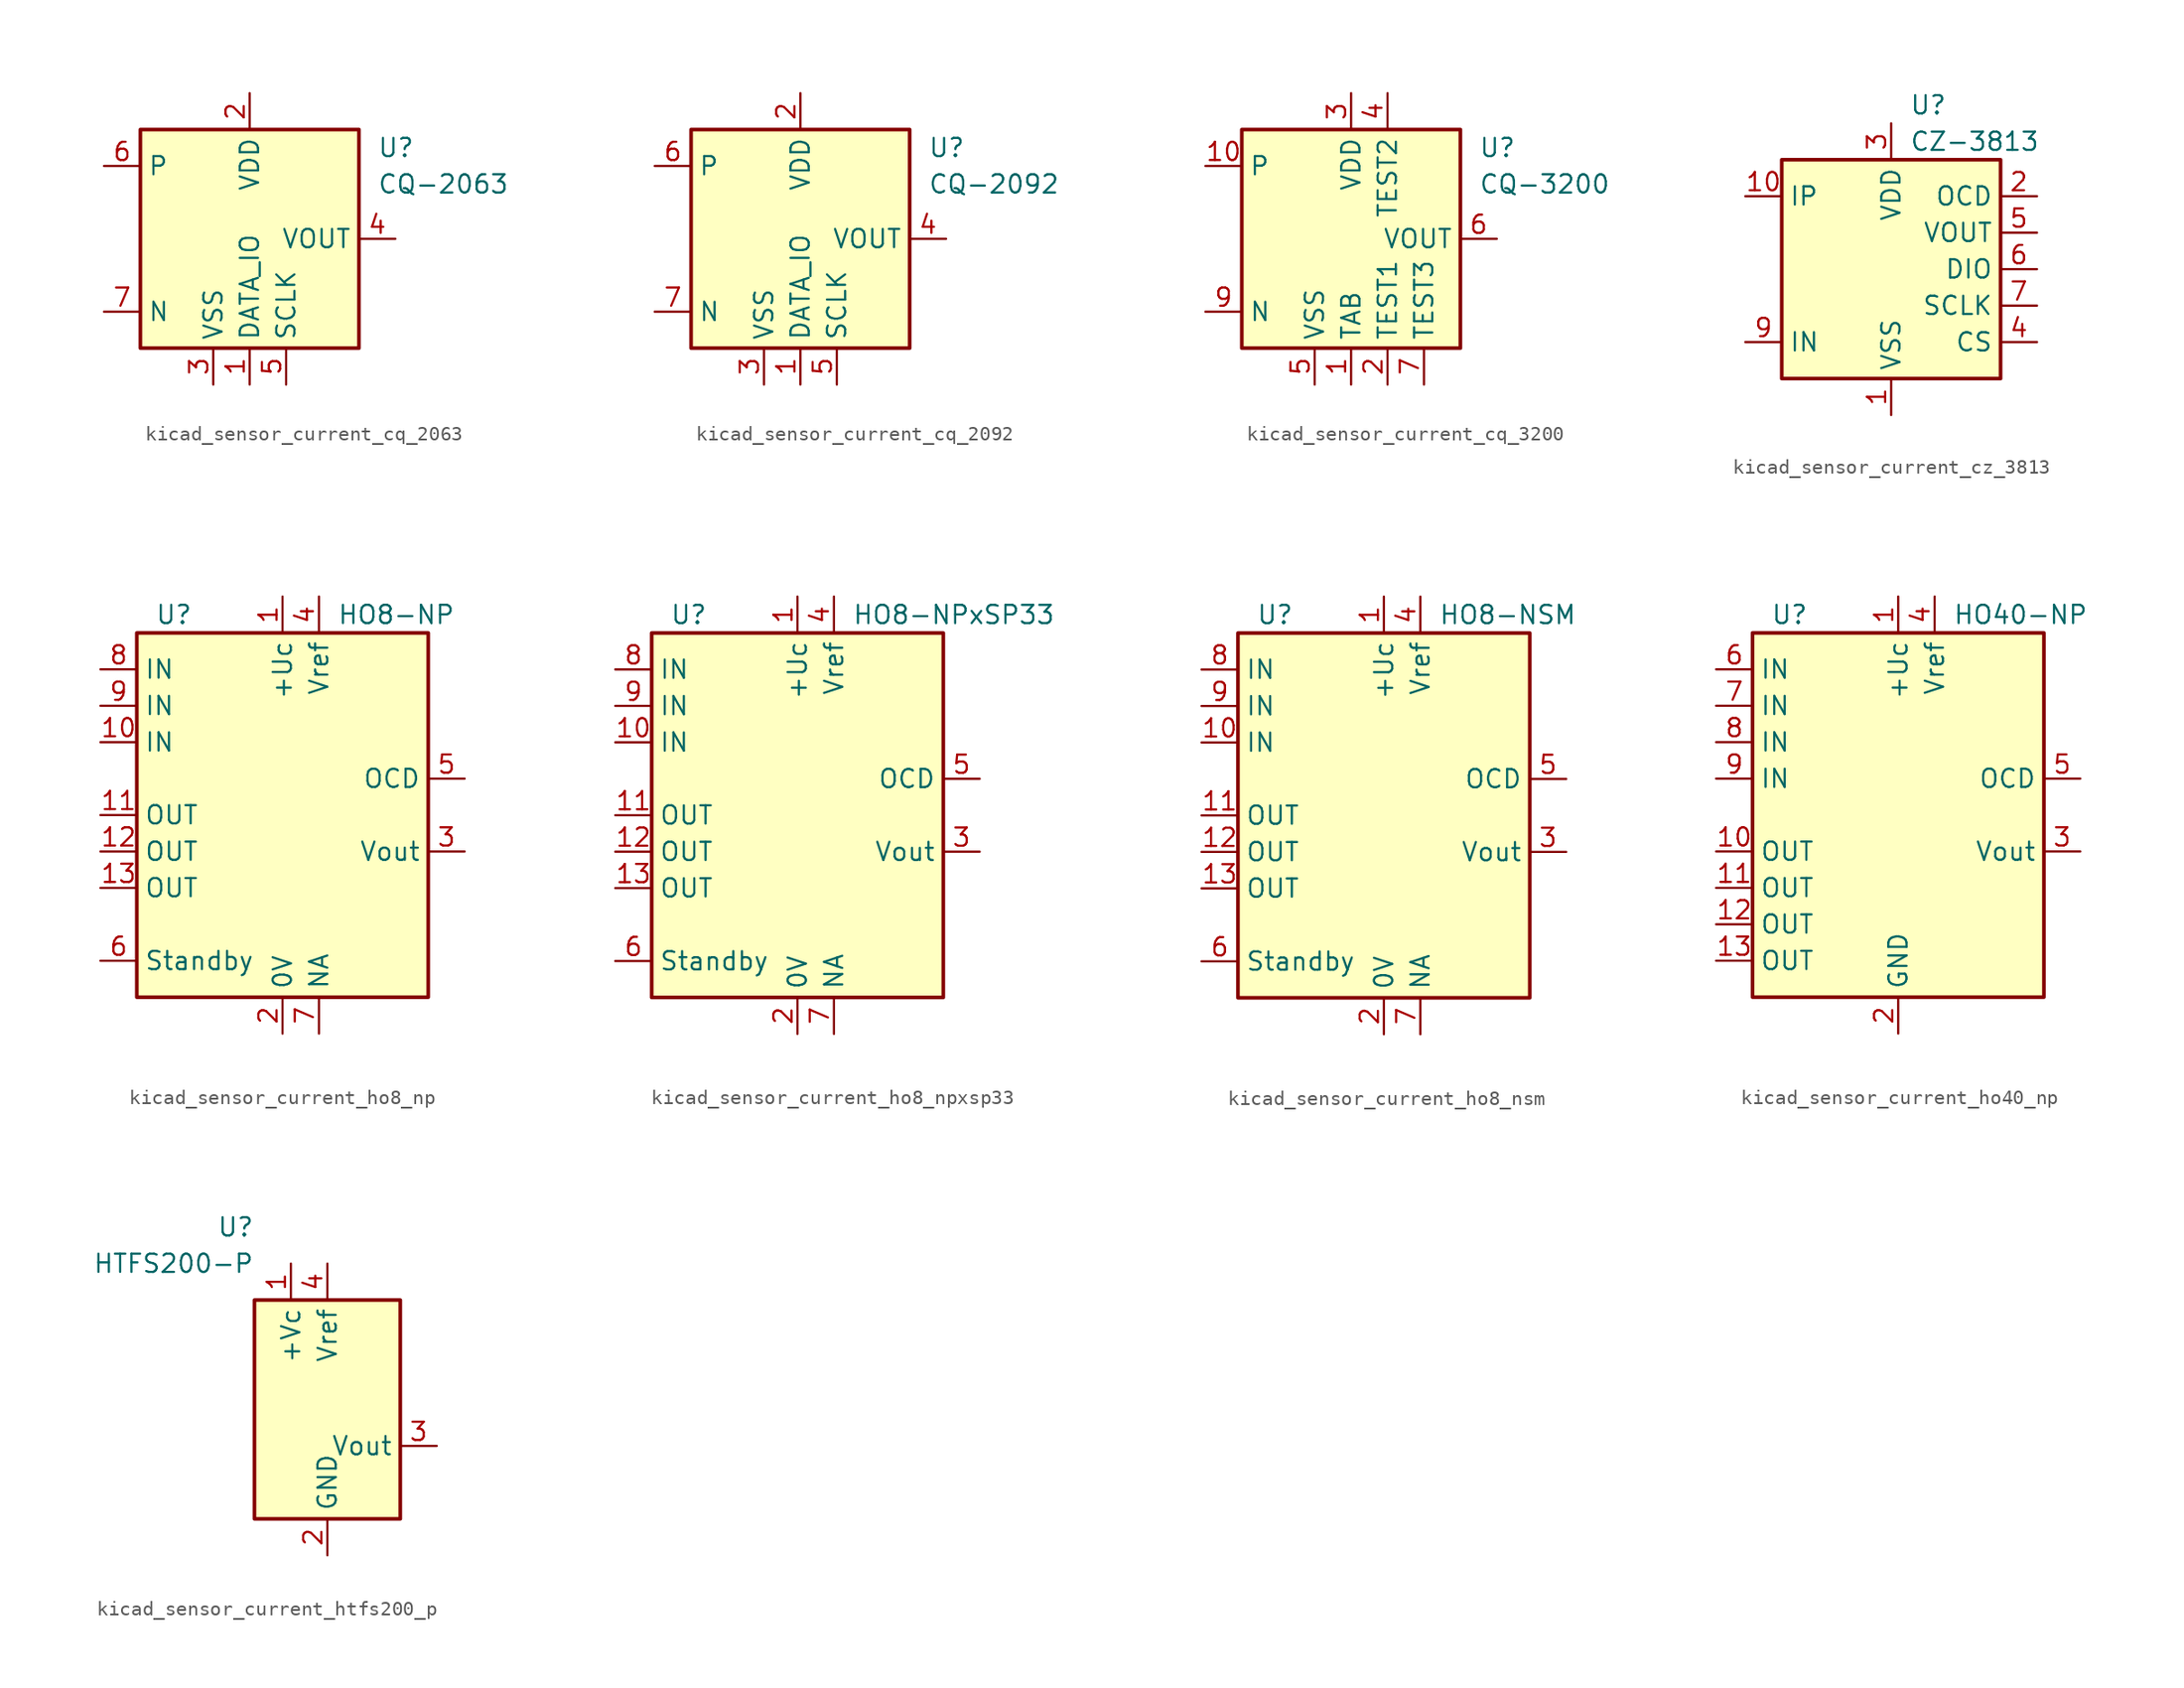
<source format=kicad_sym>
(kicad_symbol_lib
  (version 20220914)
  (generator kicad_symbol_editor)
  (symbol "kicad_sensor_current_cq_2063"
    (property "Reference" "U"
      (at 8.89 6.35 0)
      (effects (font (size 1.27 1.27)) (justify left)))
    (property "Value" "CQ-2063"
      (at 8.89 3.81 0)
      (effects (font (size 1.27 1.27)) (justify left)))
    (symbol "kicad_sensor_current_cq_2063_0_1"
      (rectangle (start -7.62 7.62) (end 7.62 -7.62) (stroke (width 0.254) (type default)) (fill (type background))))
    (symbol "kicad_sensor_current_cq_2063_1_1"
      (pin power_in line (at 0 -10.16 90) (length 2.54) (name "DATA_IO" (effects (font (size 1.27 1.27)))) (number "1" (effects (font (size 1.27 1.27)))))
      (pin power_in line (at 0 10.16 270) (length 2.54) (name "VDD" (effects (font (size 1.27 1.27)))) (number "2" (effects (font (size 1.27 1.27)))))
      (pin power_in line (at -2.54 -10.16 90) (length 2.54) (name "VSS" (effects (font (size 1.27 1.27)))) (number "3" (effects (font (size 1.27 1.27)))))
      (pin output line (at 10.16 0 180) (length 2.54) (name "VOUT" (effects (font (size 1.27 1.27)))) (number "4" (effects (font (size 1.27 1.27)))))
      (pin power_in line (at 2.54 -10.16 90) (length 2.54) (name "SCLK" (effects (font (size 1.27 1.27)))) (number "5" (effects (font (size 1.27 1.27)))))
      (pin passive line (at -10.16 5.08 0) (length 2.54) (name "P" (effects (font (size 1.27 1.27)))) (number "6" (effects (font (size 1.27 1.27)))))
      (pin passive line (at -10.16 -5.08 0) (length 2.54) (name "N" (effects (font (size 1.27 1.27)))) (number "7" (effects (font (size 1.27 1.27)))))))
  (symbol "kicad_sensor_current_cq_2092"
    (property "Reference" "U"
      (at 8.89 6.35 0)
      (effects (font (size 1.27 1.27)) (justify left)))
    (property "Value" "CQ-2092"
      (at 8.89 3.81 0)
      (effects (font (size 1.27 1.27)) (justify left)))
    (symbol "kicad_sensor_current_cq_2092_0_1"
      (rectangle (start -7.62 7.62) (end 7.62 -7.62) (stroke (width 0.254) (type default)) (fill (type background))))
    (symbol "kicad_sensor_current_cq_2092_1_1"
      (pin power_in line (at 0 -10.16 90) (length 2.54) (name "DATA_IO" (effects (font (size 1.27 1.27)))) (number "1" (effects (font (size 1.27 1.27)))))
      (pin power_in line (at 0 10.16 270) (length 2.54) (name "VDD" (effects (font (size 1.27 1.27)))) (number "2" (effects (font (size 1.27 1.27)))))
      (pin power_in line (at -2.54 -10.16 90) (length 2.54) (name "VSS" (effects (font (size 1.27 1.27)))) (number "3" (effects (font (size 1.27 1.27)))))
      (pin output line (at 10.16 0 180) (length 2.54) (name "VOUT" (effects (font (size 1.27 1.27)))) (number "4" (effects (font (size 1.27 1.27)))))
      (pin power_in line (at 2.54 -10.16 90) (length 2.54) (name "SCLK" (effects (font (size 1.27 1.27)))) (number "5" (effects (font (size 1.27 1.27)))))
      (pin passive line (at -10.16 5.08 0) (length 2.54) (name "P" (effects (font (size 1.27 1.27)))) (number "6" (effects (font (size 1.27 1.27)))))
      (pin passive line (at -10.16 -5.08 0) (length 2.54) (name "N" (effects (font (size 1.27 1.27)))) (number "7" (effects (font (size 1.27 1.27)))))))
  (symbol "kicad_sensor_current_cq_3200"
    (property "Reference" "U"
      (at 8.89 6.35 0)
      (effects (font (size 1.27 1.27)) (justify left)))
    (property "Value" "CQ-3200"
      (at 8.89 3.81 0)
      (effects (font (size 1.27 1.27)) (justify left)))
    (symbol "kicad_sensor_current_cq_3200_0_1"
      (rectangle (start -7.62 7.62) (end 7.62 -7.62) (stroke (width 0.254) (type default)) (fill (type background))))
    (symbol "kicad_sensor_current_cq_3200_1_1"
      (pin power_in line (at 0 -10.16 90) (length 2.54) (name "TAB" (effects (font (size 1.27 1.27)))) (number "1" (effects (font (size 1.27 1.27)))))
      (pin passive line (at -10.16 5.08 0) (length 2.54) (name "P" (effects (font (size 1.27 1.27)))) (number "10" (effects (font (size 1.27 1.27)))))
      (pin power_in line (at 2.54 -10.16 90) (length 2.54) (name "TEST1" (effects (font (size 1.27 1.27)))) (number "2" (effects (font (size 1.27 1.27)))))
      (pin power_in line (at 0 10.16 270) (length 2.54) (name "VDD" (effects (font (size 1.27 1.27)))) (number "3" (effects (font (size 1.27 1.27)))))
      (pin power_in line (at 2.54 10.16 270) (length 2.54) (name "TEST2" (effects (font (size 1.27 1.27)))) (number "4" (effects (font (size 1.27 1.27)))))
      (pin power_in line (at -2.54 -10.16 90) (length 2.54) (name "VSS" (effects (font (size 1.27 1.27)))) (number "5" (effects (font (size 1.27 1.27)))))
      (pin output line (at 10.16 0 180) (length 2.54) (name "VOUT" (effects (font (size 1.27 1.27)))) (number "6" (effects (font (size 1.27 1.27)))))
      (pin power_in line (at 5.08 -10.16 90) (length 2.54) (name "TEST3" (effects (font (size 1.27 1.27)))) (number "7" (effects (font (size 1.27 1.27)))))
      (pin passive line (at 0 -10.16 90) (length 2.54) hide (name "TAB" (effects (font (size 1.27 1.27)))) (number "8" (effects (font (size 1.27 1.27)))))
      (pin passive line (at -10.16 -5.08 0) (length 2.54) (name "N" (effects (font (size 1.27 1.27)))) (number "9" (effects (font (size 1.27 1.27)))))))
  (symbol "kicad_sensor_current_cz_3813"
    (property "Reference" "U"
      (at 1.27 11.43 0)
      (effects (font (size 1.27 1.27)) (justify left)))
    (property "Value" "CZ-3813"
      (at 1.27 8.89 0)
      (effects (font (size 1.27 1.27)) (justify left)))
    (symbol "kicad_sensor_current_cz_3813_0_1"
      (rectangle (start -7.62 7.62) (end 7.62 -7.62) (stroke (width 0.254) (type default)) (fill (type background))))
    (symbol "kicad_sensor_current_cz_3813_1_1"
      (pin power_in line (at 0 -10.16 90) (length 2.54) (name "VSS" (effects (font (size 1.27 1.27)))) (number "1" (effects (font (size 1.27 1.27)))))
      (pin passive line (at -10.16 5.08 0) (length 2.54) (name "IP" (effects (font (size 1.27 1.27)))) (number "10" (effects (font (size 1.27 1.27)))))
      (pin output line (at 10.16 5.08 180) (length 2.54) (name "OCD" (effects (font (size 1.27 1.27)))) (number "2" (effects (font (size 1.27 1.27)))))
      (pin power_in line (at 0 10.16 270) (length 2.54) (name "VDD" (effects (font (size 1.27 1.27)))) (number "3" (effects (font (size 1.27 1.27)))))
      (pin input line (at 10.16 -5.08 180) (length 2.54) (name "CS" (effects (font (size 1.27 1.27)))) (number "4" (effects (font (size 1.27 1.27)))))
      (pin output line (at 10.16 2.54 180) (length 2.54) (name "VOUT" (effects (font (size 1.27 1.27)))) (number "5" (effects (font (size 1.27 1.27)))))
      (pin bidirectional line (at 10.16 0 180) (length 2.54) (name "DIO" (effects (font (size 1.27 1.27)))) (number "6" (effects (font (size 1.27 1.27)))))
      (pin input line (at 10.16 -2.54 180) (length 2.54) (name "SCLK" (effects (font (size 1.27 1.27)))) (number "7" (effects (font (size 1.27 1.27)))))
      (pin passive line (at 0 -10.16 90) (length 2.54) hide (name "VSS" (effects (font (size 1.27 1.27)))) (number "8" (effects (font (size 1.27 1.27)))))
      (pin passive line (at -10.16 -5.08 0) (length 2.54) (name "IN" (effects (font (size 1.27 1.27)))) (number "9" (effects (font (size 1.27 1.27)))))))
  (symbol "kicad_sensor_current_ho8_np"
    (property "Reference" "U"
      (at -8.89 13.97 0)
      (effects (font (size 1.27 1.27)) (justify left)))
    (property "Value" "HO8-NP"
      (at 3.81 13.97 0)
      (effects (font (size 1.27 1.27)) (justify left)))
    (symbol "kicad_sensor_current_ho8_np_0_1"
      (rectangle (start -10.16 12.7) (end 10.16 -12.7) (stroke (width 0.254) (type default)) (fill (type background))))
    (symbol "kicad_sensor_current_ho8_np_1_1"
      (pin power_in line (at 0 15.24 270) (length 2.54) (name "+Uc" (effects (font (size 1.27 1.27)))) (number "1" (effects (font (size 1.27 1.27)))))
      (pin passive line (at -12.7 5.08 0) (length 2.54) (name "IN" (effects (font (size 1.27 1.27)))) (number "10" (effects (font (size 1.27 1.27)))))
      (pin passive line (at -12.7 0 0) (length 2.54) (name "OUT" (effects (font (size 1.27 1.27)))) (number "11" (effects (font (size 1.27 1.27)))))
      (pin passive line (at -12.7 -2.54 0) (length 2.54) (name "OUT" (effects (font (size 1.27 1.27)))) (number "12" (effects (font (size 1.27 1.27)))))
      (pin passive line (at -12.7 -5.08 0) (length 2.54) (name "OUT" (effects (font (size 1.27 1.27)))) (number "13" (effects (font (size 1.27 1.27)))))
      (pin power_in line (at 0 -15.24 90) (length 2.54) (name "0V" (effects (font (size 1.27 1.27)))) (number "2" (effects (font (size 1.27 1.27)))))
      (pin output line (at 12.7 -2.54 180) (length 2.54) (name "Vout" (effects (font (size 1.27 1.27)))) (number "3" (effects (font (size 1.27 1.27)))))
      (pin passive line (at 2.54 15.24 270) (length 2.54) (name "Vref" (effects (font (size 1.27 1.27)))) (number "4" (effects (font (size 1.27 1.27)))))
      (pin open_collector line (at 12.7 2.54 180) (length 2.54) (name "OCD" (effects (font (size 1.27 1.27)))) (number "5" (effects (font (size 1.27 1.27)))))
      (pin input line (at -12.7 -10.16 0) (length 2.54) (name "Standby" (effects (font (size 1.27 1.27)))) (number "6" (effects (font (size 1.27 1.27)))))
      (pin passive line (at 2.54 -15.24 90) (length 2.54) (name "NA" (effects (font (size 1.27 1.27)))) (number "7" (effects (font (size 1.27 1.27)))))
      (pin passive line (at -12.7 10.16 0) (length 2.54) (name "IN" (effects (font (size 1.27 1.27)))) (number "8" (effects (font (size 1.27 1.27)))))
      (pin passive line (at -12.7 7.62 0) (length 2.54) (name "IN" (effects (font (size 1.27 1.27)))) (number "9" (effects (font (size 1.27 1.27)))))))
  (symbol "kicad_sensor_current_ho8_npxsp33"
    (property "Reference" "U"
      (at -8.89 13.97 0)
      (effects (font (size 1.27 1.27)) (justify left)))
    (property "Value" "HO8-NPxSP33"
      (at 3.81 13.97 0)
      (effects (font (size 1.27 1.27)) (justify left)))
    (symbol "kicad_sensor_current_ho8_npxsp33_0_1"
      (rectangle (start -10.16 12.7) (end 10.16 -12.7) (stroke (width 0.254) (type default)) (fill (type background))))
    (symbol "kicad_sensor_current_ho8_npxsp33_1_1"
      (pin power_in line (at 0 15.24 270) (length 2.54) (name "+Uc" (effects (font (size 1.27 1.27)))) (number "1" (effects (font (size 1.27 1.27)))))
      (pin passive line (at -12.7 5.08 0) (length 2.54) (name "IN" (effects (font (size 1.27 1.27)))) (number "10" (effects (font (size 1.27 1.27)))))
      (pin passive line (at -12.7 0 0) (length 2.54) (name "OUT" (effects (font (size 1.27 1.27)))) (number "11" (effects (font (size 1.27 1.27)))))
      (pin passive line (at -12.7 -2.54 0) (length 2.54) (name "OUT" (effects (font (size 1.27 1.27)))) (number "12" (effects (font (size 1.27 1.27)))))
      (pin passive line (at -12.7 -5.08 0) (length 2.54) (name "OUT" (effects (font (size 1.27 1.27)))) (number "13" (effects (font (size 1.27 1.27)))))
      (pin power_in line (at 0 -15.24 90) (length 2.54) (name "0V" (effects (font (size 1.27 1.27)))) (number "2" (effects (font (size 1.27 1.27)))))
      (pin output line (at 12.7 -2.54 180) (length 2.54) (name "Vout" (effects (font (size 1.27 1.27)))) (number "3" (effects (font (size 1.27 1.27)))))
      (pin passive line (at 2.54 15.24 270) (length 2.54) (name "Vref" (effects (font (size 1.27 1.27)))) (number "4" (effects (font (size 1.27 1.27)))))
      (pin open_collector line (at 12.7 2.54 180) (length 2.54) (name "OCD" (effects (font (size 1.27 1.27)))) (number "5" (effects (font (size 1.27 1.27)))))
      (pin input line (at -12.7 -10.16 0) (length 2.54) (name "Standby" (effects (font (size 1.27 1.27)))) (number "6" (effects (font (size 1.27 1.27)))))
      (pin passive line (at 2.54 -15.24 90) (length 2.54) (name "NA" (effects (font (size 1.27 1.27)))) (number "7" (effects (font (size 1.27 1.27)))))
      (pin passive line (at -12.7 10.16 0) (length 2.54) (name "IN" (effects (font (size 1.27 1.27)))) (number "8" (effects (font (size 1.27 1.27)))))
      (pin passive line (at -12.7 7.62 0) (length 2.54) (name "IN" (effects (font (size 1.27 1.27)))) (number "9" (effects (font (size 1.27 1.27)))))))
  (symbol "kicad_sensor_current_ho8_nsm"
    (property "Reference" "U"
      (at -8.89 13.97 0)
      (effects (font (size 1.27 1.27)) (justify left)))
    (property "Value" "HO8-NSM"
      (at 3.81 13.97 0)
      (effects (font (size 1.27 1.27)) (justify left)))
    (symbol "kicad_sensor_current_ho8_nsm_0_1"
      (rectangle (start -10.16 12.7) (end 10.16 -12.7) (stroke (width 0.254) (type default)) (fill (type background))))
    (symbol "kicad_sensor_current_ho8_nsm_1_1"
      (pin power_in line (at 0 15.24 270) (length 2.54) (name "+Uc" (effects (font (size 1.27 1.27)))) (number "1" (effects (font (size 1.27 1.27)))))
      (pin passive line (at -12.7 5.08 0) (length 2.54) (name "IN" (effects (font (size 1.27 1.27)))) (number "10" (effects (font (size 1.27 1.27)))))
      (pin passive line (at -12.7 0 0) (length 2.54) (name "OUT" (effects (font (size 1.27 1.27)))) (number "11" (effects (font (size 1.27 1.27)))))
      (pin passive line (at -12.7 -2.54 0) (length 2.54) (name "OUT" (effects (font (size 1.27 1.27)))) (number "12" (effects (font (size 1.27 1.27)))))
      (pin passive line (at -12.7 -5.08 0) (length 2.54) (name "OUT" (effects (font (size 1.27 1.27)))) (number "13" (effects (font (size 1.27 1.27)))))
      (pin power_in line (at 0 -15.24 90) (length 2.54) (name "0V" (effects (font (size 1.27 1.27)))) (number "2" (effects (font (size 1.27 1.27)))))
      (pin output line (at 12.7 -2.54 180) (length 2.54) (name "Vout" (effects (font (size 1.27 1.27)))) (number "3" (effects (font (size 1.27 1.27)))))
      (pin passive line (at 2.54 15.24 270) (length 2.54) (name "Vref" (effects (font (size 1.27 1.27)))) (number "4" (effects (font (size 1.27 1.27)))))
      (pin open_collector line (at 12.7 2.54 180) (length 2.54) (name "OCD" (effects (font (size 1.27 1.27)))) (number "5" (effects (font (size 1.27 1.27)))))
      (pin input line (at -12.7 -10.16 0) (length 2.54) (name "Standby" (effects (font (size 1.27 1.27)))) (number "6" (effects (font (size 1.27 1.27)))))
      (pin passive line (at 2.54 -15.24 90) (length 2.54) (name "NA" (effects (font (size 1.27 1.27)))) (number "7" (effects (font (size 1.27 1.27)))))
      (pin passive line (at -12.7 10.16 0) (length 2.54) (name "IN" (effects (font (size 1.27 1.27)))) (number "8" (effects (font (size 1.27 1.27)))))
      (pin passive line (at -12.7 7.62 0) (length 2.54) (name "IN" (effects (font (size 1.27 1.27)))) (number "9" (effects (font (size 1.27 1.27)))))))
  (symbol "kicad_sensor_current_ho40_np"
    (property "Reference" "U"
      (at -8.89 13.97 0)
      (effects (font (size 1.27 1.27)) (justify left)))
    (property "Value" "HO40-NP"
      (at 3.81 13.97 0)
      (effects (font (size 1.27 1.27)) (justify left)))
    (symbol "kicad_sensor_current_ho40_np_0_1"
      (rectangle (start -10.16 12.7) (end 10.16 -12.7) (stroke (width 0.254) (type default)) (fill (type background))))
    (symbol "kicad_sensor_current_ho40_np_1_1"
      (pin power_in line (at 0 15.24 270) (length 2.54) (name "+Uc" (effects (font (size 1.27 1.27)))) (number "1" (effects (font (size 1.27 1.27)))))
      (pin passive line (at -12.7 -2.54 0) (length 2.54) (name "OUT" (effects (font (size 1.27 1.27)))) (number "10" (effects (font (size 1.27 1.27)))))
      (pin passive line (at -12.7 -5.08 0) (length 2.54) (name "OUT" (effects (font (size 1.27 1.27)))) (number "11" (effects (font (size 1.27 1.27)))))
      (pin passive line (at -12.7 -7.62 0) (length 2.54) (name "OUT" (effects (font (size 1.27 1.27)))) (number "12" (effects (font (size 1.27 1.27)))))
      (pin passive line (at -12.7 -10.16 0) (length 2.54) (name "OUT" (effects (font (size 1.27 1.27)))) (number "13" (effects (font (size 1.27 1.27)))))
      (pin power_in line (at 0 -15.24 90) (length 2.54) (name "GND" (effects (font (size 1.27 1.27)))) (number "2" (effects (font (size 1.27 1.27)))))
      (pin output line (at 12.7 -2.54 180) (length 2.54) (name "Vout" (effects (font (size 1.27 1.27)))) (number "3" (effects (font (size 1.27 1.27)))))
      (pin passive line (at 2.54 15.24 270) (length 2.54) (name "Vref" (effects (font (size 1.27 1.27)))) (number "4" (effects (font (size 1.27 1.27)))))
      (pin open_collector line (at 12.7 2.54 180) (length 2.54) (name "OCD" (effects (font (size 1.27 1.27)))) (number "5" (effects (font (size 1.27 1.27)))))
      (pin passive line (at -12.7 10.16 0) (length 2.54) (name "IN" (effects (font (size 1.27 1.27)))) (number "6" (effects (font (size 1.27 1.27)))))
      (pin passive line (at -12.7 7.62 0) (length 2.54) (name "IN" (effects (font (size 1.27 1.27)))) (number "7" (effects (font (size 1.27 1.27)))))
      (pin passive line (at -12.7 5.08 0) (length 2.54) (name "IN" (effects (font (size 1.27 1.27)))) (number "8" (effects (font (size 1.27 1.27)))))
      (pin passive line (at -12.7 2.54 0) (length 2.54) (name "IN" (effects (font (size 1.27 1.27)))) (number "9" (effects (font (size 1.27 1.27)))))))
  (symbol "kicad_sensor_current_htfs200_p"
    (property "Reference" "U"
      (at 0 12.7 0)
      (effects (font (size 1.27 1.27)) (justify right)))
    (property "Value" "HTFS200-P"
      (at 0 10.16 0)
      (effects (font (size 1.27 1.27)) (justify right)))
    (symbol "kicad_sensor_current_htfs200_p_0_1"
      (rectangle (start 0 7.62) (end 10.16 -7.62) (stroke (width 0.254) (type default)) (fill (type background))))
    (symbol "kicad_sensor_current_htfs200_p_1_1"
      (pin power_in line (at 2.54 10.16 270) (length 2.54) (name "+Vc" (effects (font (size 1.27 1.27)))) (number "1" (effects (font (size 1.27 1.27)))))
      (pin power_in line (at 5.08 -10.16 90) (length 2.54) (name "GND" (effects (font (size 1.27 1.27)))) (number "2" (effects (font (size 1.27 1.27)))))
      (pin output line (at 12.7 -2.54 180) (length 2.54) (name "Vout" (effects (font (size 1.27 1.27)))) (number "3" (effects (font (size 1.27 1.27)))))
      (pin passive line (at 5.08 10.16 270) (length 2.54) (name "Vref" (effects (font (size 1.27 1.27)))) (number "4" (effects (font (size 1.27 1.27))))))))
</source>
